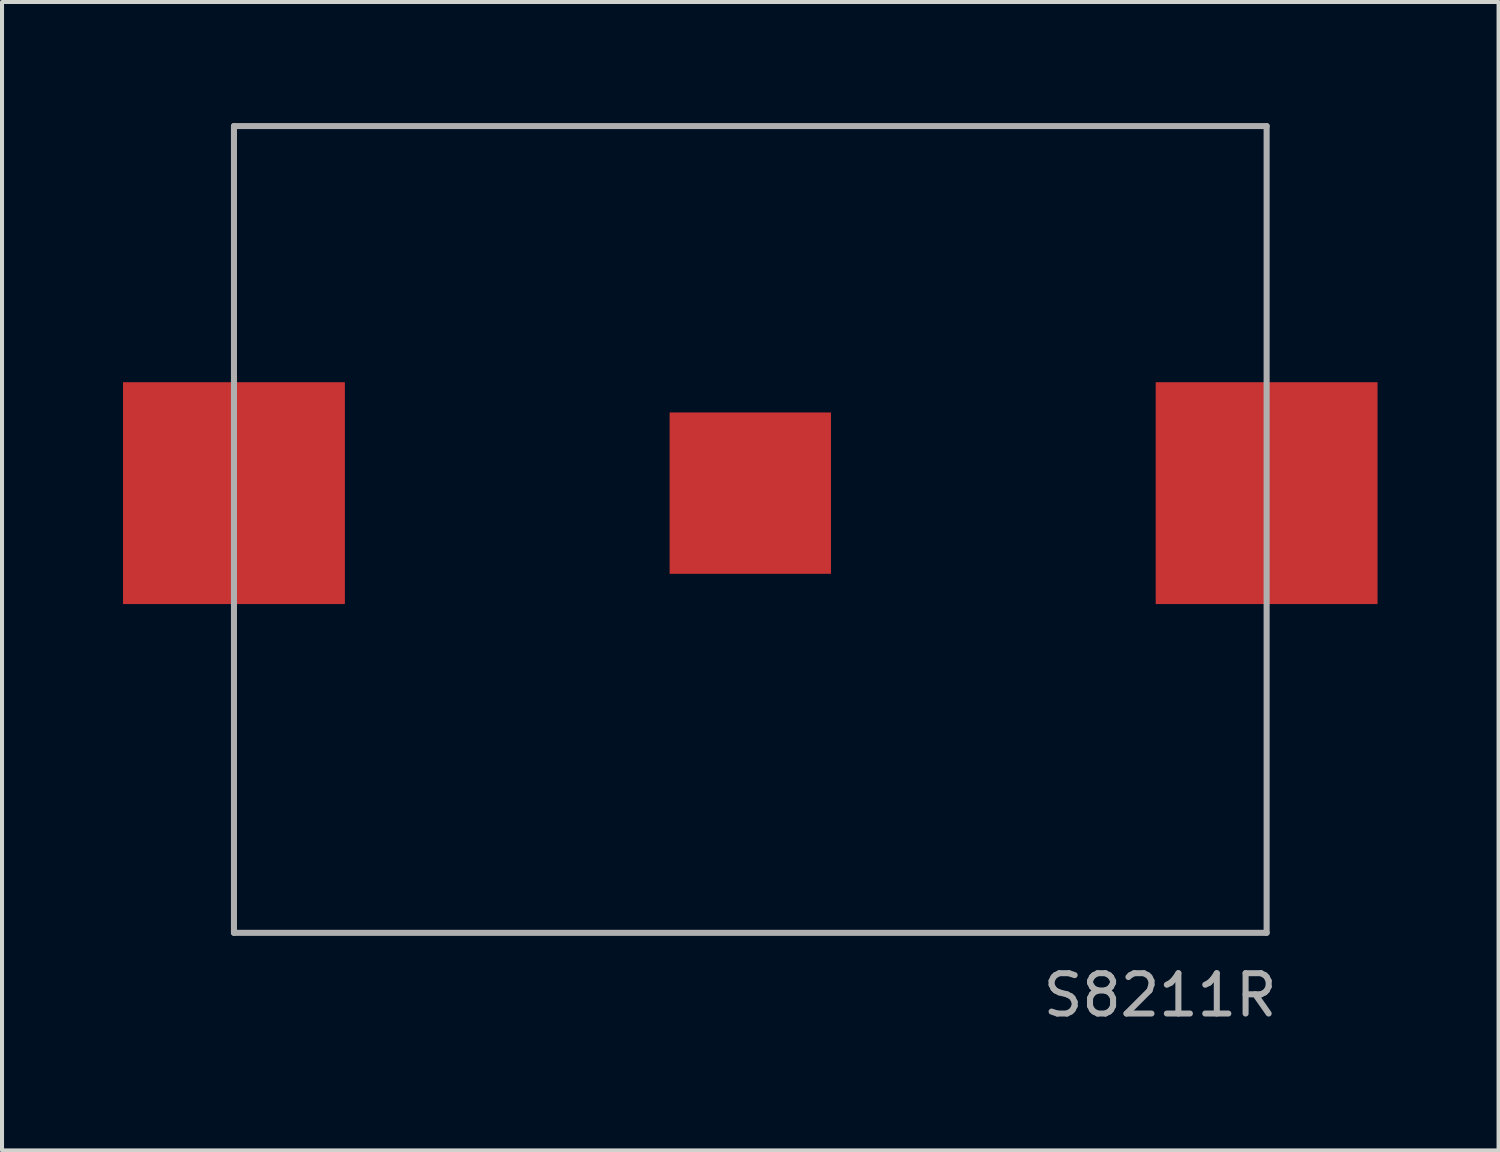
<source format=kicad_pcb>
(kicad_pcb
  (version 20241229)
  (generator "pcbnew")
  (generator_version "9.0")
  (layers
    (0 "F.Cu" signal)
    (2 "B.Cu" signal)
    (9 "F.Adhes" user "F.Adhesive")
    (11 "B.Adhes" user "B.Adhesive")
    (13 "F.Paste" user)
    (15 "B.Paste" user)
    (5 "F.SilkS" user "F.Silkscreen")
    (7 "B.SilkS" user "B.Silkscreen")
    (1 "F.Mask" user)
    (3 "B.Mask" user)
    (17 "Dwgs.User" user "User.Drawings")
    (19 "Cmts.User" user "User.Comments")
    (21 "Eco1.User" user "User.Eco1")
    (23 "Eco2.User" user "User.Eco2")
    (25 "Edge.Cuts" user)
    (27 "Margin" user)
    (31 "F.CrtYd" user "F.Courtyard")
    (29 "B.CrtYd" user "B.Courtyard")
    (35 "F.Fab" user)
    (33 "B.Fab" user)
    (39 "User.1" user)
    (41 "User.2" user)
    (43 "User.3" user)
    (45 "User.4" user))
  (footprint "S8211R"
    (layer "F.Cu")
    (at 15.55 9.175)
    (property "Reference" "S8211R" (at 10.16 12.446 0) (layer "F.Fab") (effects (font (size 1 1) (thickness 0.15))))
    (attr through_hole)
    (fp_line (start -12.8 -9.1) (end 12.8 -9.1) (stroke (width 0.15) (type solid)) (layer "F.Fab"))
    (fp_line (start -12.8 10.9) (end -12.8 -9.1) (stroke (width 0.15) (type solid)) (layer "F.Fab"))
    (fp_line (start 12.8 -9.1) (end 12.8 10.9) (stroke (width 0.15) (type solid)) (layer "F.Fab"))
    (fp_line (start 12.8 10.9) (end -12.8 10.9) (stroke (width 0.15) (type solid)) (layer "F.Fab"))
    (pad "1" smd rect (at -12.8 0) (size 5.5 5.5) (layers "F.Cu" "F.Mask" "F.Paste"))
    (pad "1" smd rect (at 12.8 0) (size 5.5 5.5) (layers "F.Cu" "F.Mask" "F.Paste"))
    (pad "2" smd rect (at 0 0) (size 4 4) (layers "F.Cu" "F.Mask" "F.Paste")))
  (gr_rect
    (start -3 -3)
    (end 34.1 25.469)
    (stroke (width 0.1) (type default))
    (fill no)
    (layer "Edge.Cuts")))
</source>
